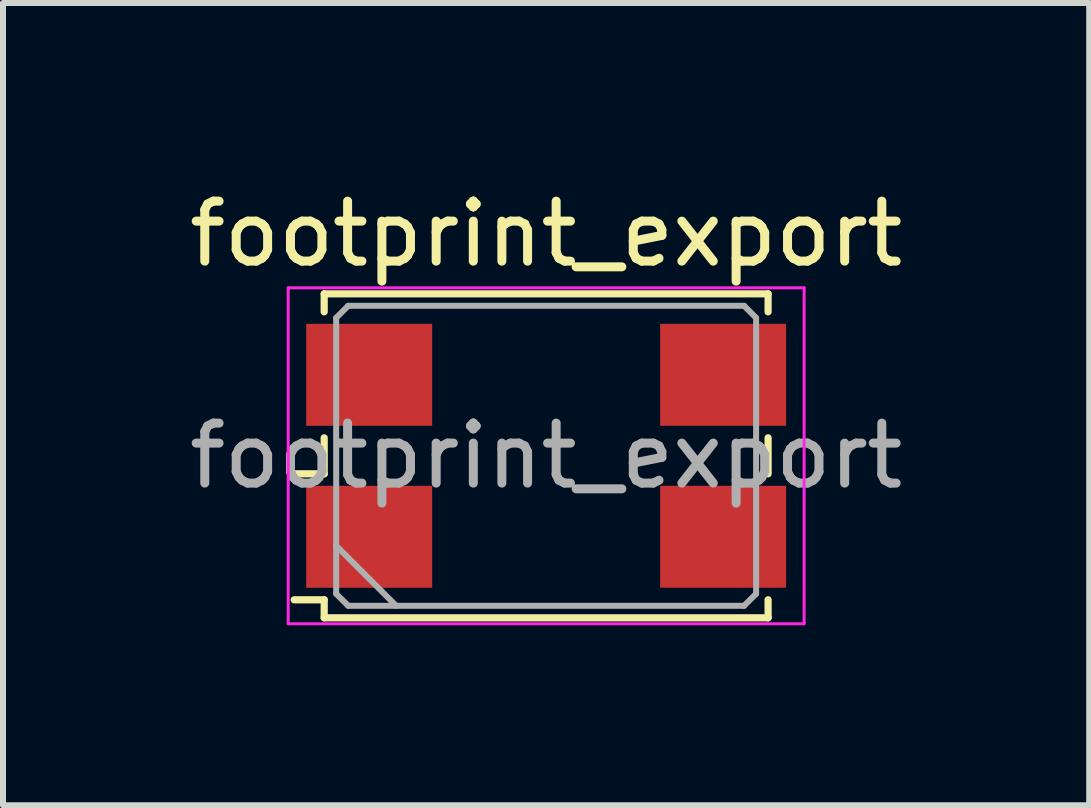
<source format=kicad_pcb>
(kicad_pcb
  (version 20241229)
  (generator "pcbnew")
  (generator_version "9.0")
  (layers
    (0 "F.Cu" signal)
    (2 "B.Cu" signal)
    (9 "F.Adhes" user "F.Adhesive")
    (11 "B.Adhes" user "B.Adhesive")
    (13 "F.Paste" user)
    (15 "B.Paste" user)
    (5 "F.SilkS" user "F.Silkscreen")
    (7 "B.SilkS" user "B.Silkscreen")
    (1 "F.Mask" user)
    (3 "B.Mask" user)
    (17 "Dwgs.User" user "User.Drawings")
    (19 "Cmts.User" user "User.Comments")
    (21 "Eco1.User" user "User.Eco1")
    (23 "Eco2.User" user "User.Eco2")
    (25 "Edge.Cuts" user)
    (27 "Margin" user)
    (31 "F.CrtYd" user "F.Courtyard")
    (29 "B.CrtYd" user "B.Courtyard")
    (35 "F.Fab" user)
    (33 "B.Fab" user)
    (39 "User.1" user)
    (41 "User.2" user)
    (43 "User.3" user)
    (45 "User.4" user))
  (footprint "footprint_export"
    (layer "F.Cu")
    (at 6.054 4.548)
    (property "Reference" "footprint_export" (at 0 -3.7 0) (layer "F.SilkS") (effects (font (size 1 1) (thickness 0.15))))
    (attr smd)
    (fp_line (start -4.2 0.3) (end -3.7 0.3) (stroke (width 0.12) (type solid)) (layer "F.SilkS"))
    (fp_line (start -4.2 2.4) (end -3.7 2.4) (stroke (width 0.12) (type solid)) (layer "F.SilkS"))
    (fp_line (start -3.7 -2.7) (end 3.7 -2.7) (stroke (width 0.12) (type solid)) (layer "F.SilkS"))
    (fp_line (start -3.7 -2.4) (end -3.7 -2.7) (stroke (width 0.12) (type solid)) (layer "F.SilkS"))
    (fp_line (start -3.7 0.3) (end -3.7 -0.3) (stroke (width 0.12) (type solid)) (layer "F.SilkS"))
    (fp_line (start -3.7 2.4) (end -3.7 2.7) (stroke (width 0.12) (type solid)) (layer "F.SilkS"))
    (fp_line (start -3.7 2.7) (end 3.7 2.7) (stroke (width 0.12) (type solid)) (layer "F.SilkS"))
    (fp_line (start 3.7 -2.7) (end 3.7 -2.4) (stroke (width 0.12) (type solid)) (layer "F.SilkS"))
    (fp_line (start 3.7 -0.3) (end 3.7 0.3) (stroke (width 0.12) (type solid)) (layer "F.SilkS"))
    (fp_line (start 3.7 2.7) (end 3.7 2.4) (stroke (width 0.12) (type solid)) (layer "F.SilkS"))
    (fp_line (start -4.3 -2.8) (end -4.3 2.8) (stroke (width 0.05) (type solid)) (layer "F.CrtYd"))
    (fp_line (start -4.3 2.8) (end 4.3 2.8) (stroke (width 0.05) (type solid)) (layer "F.CrtYd"))
    (fp_line (start 4.3 -2.8) (end -4.3 -2.8) (stroke (width 0.05) (type solid)) (layer "F.CrtYd"))
    (fp_line (start 4.3 2.8) (end 4.3 -2.8) (stroke (width 0.05) (type solid)) (layer "F.CrtYd"))
    (fp_line (start -3.5 -2.3) (end -3.3 -2.5) (stroke (width 0.1) (type solid)) (layer "F.Fab"))
    (fp_line (start -3.5 1.5) (end -2.5 2.5) (stroke (width 0.1) (type solid)) (layer "F.Fab"))
    (fp_line (start -3.5 2.3) (end -3.5 -2.3) (stroke (width 0.1) (type solid)) (layer "F.Fab"))
    (fp_line (start -3.3 -2.5) (end 3.3 -2.5) (stroke (width 0.1) (type solid)) (layer "F.Fab"))
    (fp_line (start -3.3 2.5) (end -3.5 2.3) (stroke (width 0.1) (type solid)) (layer "F.Fab"))
    (fp_line (start 3.3 -2.5) (end 3.5 -2.3) (stroke (width 0.1) (type solid)) (layer "F.Fab"))
    (fp_line (start 3.3 2.5) (end -3.3 2.5) (stroke (width 0.1) (type solid)) (layer "F.Fab"))
    (fp_line (start 3.5 -2.3) (end 3.5 2.3) (stroke (width 0.1) (type solid)) (layer "F.Fab"))
    (fp_line (start 3.5 2.3) (end 3.3 2.5) (stroke (width 0.1) (type solid)) (layer "F.Fab"))
    (fp_text user "${REFERENCE}" (at 0 0 0) (layer "F.Fab") (effects (font (size 1 1) (thickness 0.15))))
    (pad "1" smd rect (at -2.95 1.35) (size 2.1 1.7) (layers "F.Cu" "F.Mask" "F.Paste"))
    (pad "2" smd rect (at 2.95 1.35) (size 2.1 1.7) (layers "F.Cu" "F.Mask" "F.Paste"))
    (pad "3" smd rect (at 2.95 -1.35) (size 2.1 1.7) (layers "F.Cu" "F.Mask" "F.Paste"))
    (pad "4" smd rect (at -2.95 -1.35) (size 2.1 1.7) (layers "F.Cu" "F.Mask" "F.Paste")))
  (gr_rect
    (start -3 -3)
    (end 15.107 10.373)
    (stroke (width 0.1) (type default))
    (fill no)
    (layer "Edge.Cuts")))
</source>
